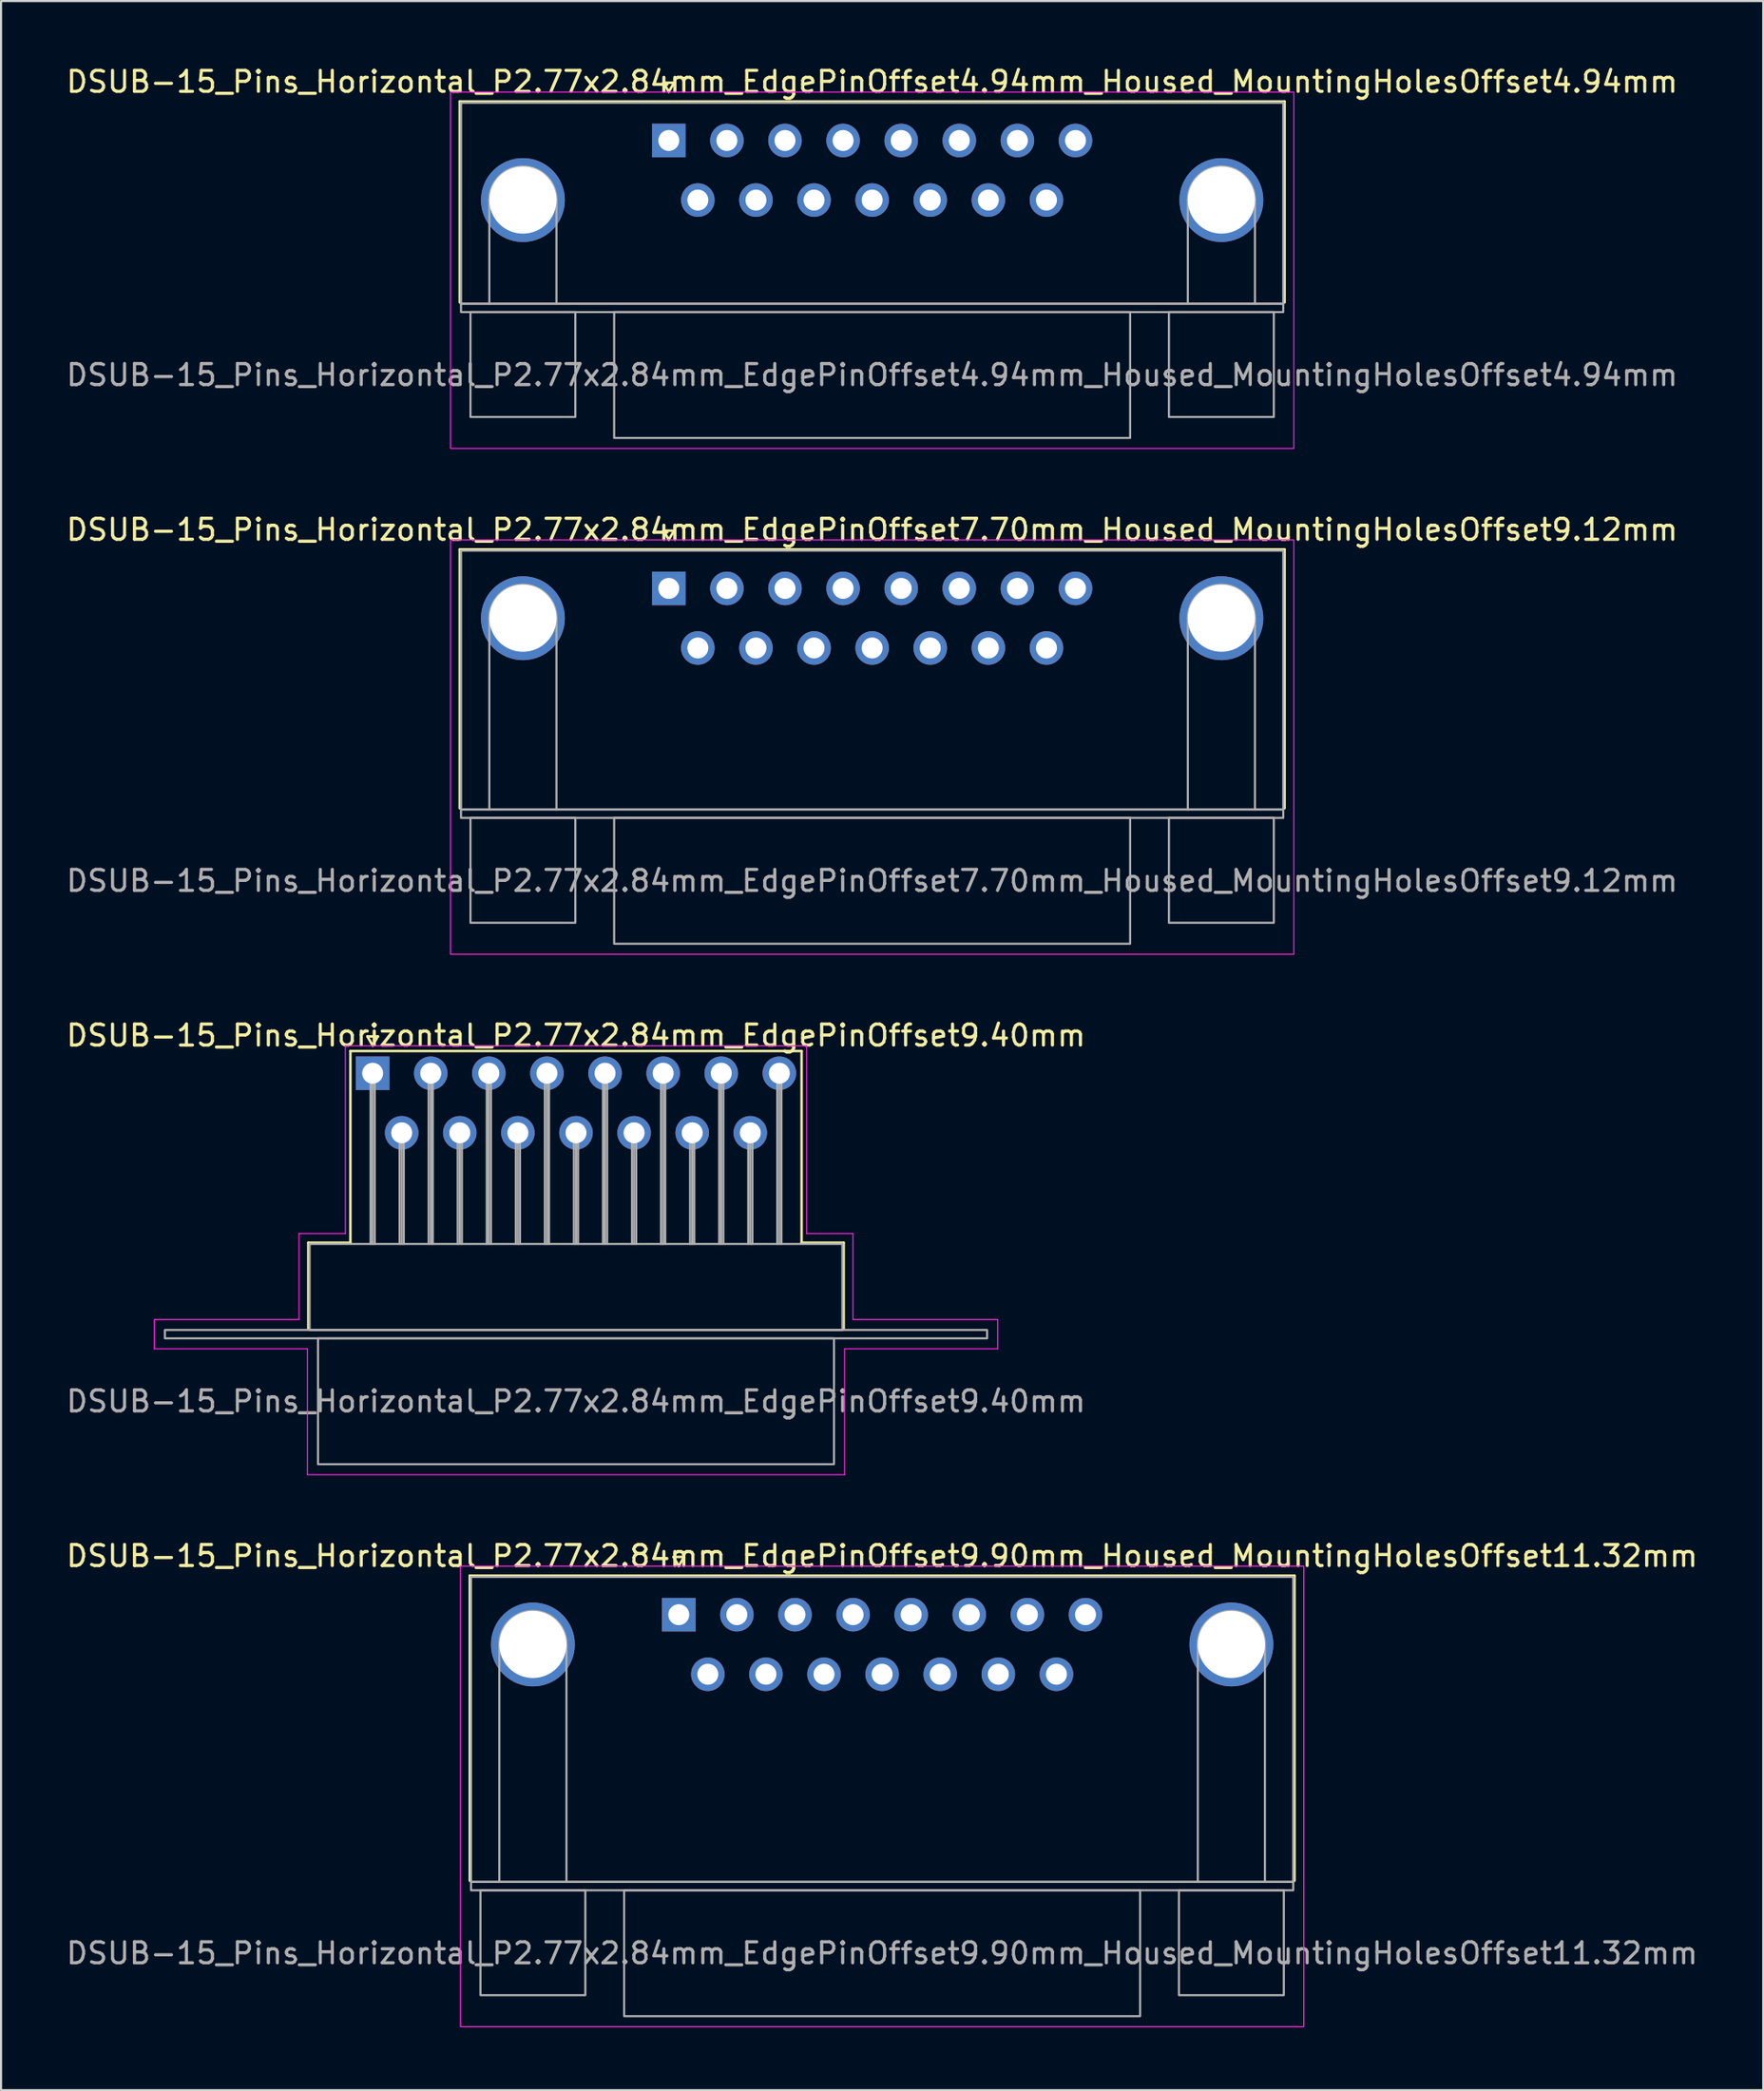
<source format=kicad_pcb>
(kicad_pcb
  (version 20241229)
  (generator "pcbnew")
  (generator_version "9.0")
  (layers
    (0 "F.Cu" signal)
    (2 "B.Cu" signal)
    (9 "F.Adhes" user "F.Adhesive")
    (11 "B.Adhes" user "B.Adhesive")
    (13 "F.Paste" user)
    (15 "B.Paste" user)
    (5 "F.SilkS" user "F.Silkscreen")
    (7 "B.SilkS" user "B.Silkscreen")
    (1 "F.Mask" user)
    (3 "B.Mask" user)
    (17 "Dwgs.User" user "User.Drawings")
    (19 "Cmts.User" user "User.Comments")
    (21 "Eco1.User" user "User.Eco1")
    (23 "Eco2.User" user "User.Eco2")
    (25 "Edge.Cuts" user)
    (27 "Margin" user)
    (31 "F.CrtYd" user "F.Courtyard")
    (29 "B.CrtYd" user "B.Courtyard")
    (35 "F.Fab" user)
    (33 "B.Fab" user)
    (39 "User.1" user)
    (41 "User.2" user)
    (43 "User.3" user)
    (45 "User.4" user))
  (footprint "DSUB-15_Pins_Horizontal_P2.77x2.84mm_EdgePinOffset9.90mm_Housed_MountingHolesOffset11.32mm"
    (layer "F.Cu")
    (at 29.311 73.928)
    (property "Reference" "DSUB-15_Pins_Horizontal_P2.77x2.84mm_EdgePinOffset9.90mm_Housed_MountingHolesOffset11.32mm" (at 9.695 -2.8 0) (layer "F.SilkS") (effects (font (size 1 1) (thickness 0.15))))
    (attr through_hole)
    (fp_line (start -9.965 -1.86) (end 29.355 -1.86) (stroke (width 0.12) (type solid)) (layer "F.SilkS"))
    (fp_line (start -9.965 12.68) (end -9.965 -1.86) (stroke (width 0.12) (type solid)) (layer "F.SilkS"))
    (fp_line (start -0.25 -2.754) (end 0.25 -2.754) (stroke (width 0.12) (type solid)) (layer "F.SilkS"))
    (fp_line (start 0 -2.321) (end -0.25 -2.754) (stroke (width 0.12) (type solid)) (layer "F.SilkS"))
    (fp_line (start 0.25 -2.754) (end 0 -2.321) (stroke (width 0.12) (type solid)) (layer "F.SilkS"))
    (fp_line (start 29.355 -1.86) (end 29.355 12.68) (stroke (width 0.12) (type solid)) (layer "F.SilkS"))
    (fp_rect (start -10.41 -2.31) (end 29.8 19.64) (stroke (width 0.05) (type solid)) (fill no) (layer "F.CrtYd"))
    (fp_line (start -8.555 12.74) (end -8.555 1.42) (stroke (width 0.1) (type solid)) (layer "F.Fab"))
    (fp_line (start -5.355 12.74) (end -5.355 1.42) (stroke (width 0.1) (type solid)) (layer "F.Fab"))
    (fp_line (start 24.745 12.74) (end 24.745 1.42) (stroke (width 0.1) (type solid)) (layer "F.Fab"))
    (fp_line (start 27.945 12.74) (end 27.945 1.42) (stroke (width 0.1) (type solid)) (layer "F.Fab"))
    (fp_rect (start -9.905 -1.8) (end 29.295 12.74) (stroke (width 0.1) (type solid)) (fill no) (layer "F.Fab"))
    (fp_rect (start -9.905 12.74) (end 29.295 13.14) (stroke (width 0.1) (type solid)) (fill no) (layer "F.Fab"))
    (fp_rect (start -9.455 13.14) (end -4.455 18.14) (stroke (width 0.1) (type solid)) (fill no) (layer "F.Fab"))
    (fp_rect (start -2.605 13.14) (end 21.995 19.14) (stroke (width 0.1) (type solid)) (fill no) (layer "F.Fab"))
    (fp_rect (start 23.845 13.14) (end 28.845 18.14) (stroke (width 0.1) (type solid)) (fill no) (layer "F.Fab"))
    (fp_arc (start -8.555 1.42) (mid -6.955 -0.18) (end -5.355 1.42) (stroke (width 0.1) (type solid)) (layer "F.Fab"))
    (fp_arc (start 24.745 1.42) (mid 26.345 -0.18) (end 27.945 1.42) (stroke (width 0.1) (type solid)) (layer "F.Fab"))
    (fp_text user "${REFERENCE}" (at 9.695 16.14 0) (layer "F.Fab") (effects (font (size 1 1) (thickness 0.15))))
    (pad "1" thru_hole rect (at 0 0) (size 1.6 1.6) (drill 1) (layers "*.Cu" "*.Mask"))
    (pad "2" thru_hole circle (at 2.77 0) (size 1.6 1.6) (drill 1) (layers "*.Cu" "*.Mask"))
    (pad "3" thru_hole circle (at 5.54 0) (size 1.6 1.6) (drill 1) (layers "*.Cu" "*.Mask"))
    (pad "4" thru_hole circle (at 8.31 0) (size 1.6 1.6) (drill 1) (layers "*.Cu" "*.Mask"))
    (pad "5" thru_hole circle (at 11.08 0) (size 1.6 1.6) (drill 1) (layers "*.Cu" "*.Mask"))
    (pad "6" thru_hole circle (at 13.85 0) (size 1.6 1.6) (drill 1) (layers "*.Cu" "*.Mask"))
    (pad "7" thru_hole circle (at 16.62 0) (size 1.6 1.6) (drill 1) (layers "*.Cu" "*.Mask"))
    (pad "8" thru_hole circle (at 19.39 0) (size 1.6 1.6) (drill 1) (layers "*.Cu" "*.Mask"))
    (pad "9" thru_hole circle (at 1.385 2.84) (size 1.6 1.6) (drill 1) (layers "*.Cu" "*.Mask"))
    (pad "10" thru_hole circle (at 4.155 2.84) (size 1.6 1.6) (drill 1) (layers "*.Cu" "*.Mask"))
    (pad "11" thru_hole circle (at 6.925 2.84) (size 1.6 1.6) (drill 1) (layers "*.Cu" "*.Mask"))
    (pad "12" thru_hole circle (at 9.695 2.84) (size 1.6 1.6) (drill 1) (layers "*.Cu" "*.Mask"))
    (pad "13" thru_hole circle (at 12.465 2.84) (size 1.6 1.6) (drill 1) (layers "*.Cu" "*.Mask"))
    (pad "14" thru_hole circle (at 15.235 2.84) (size 1.6 1.6) (drill 1) (layers "*.Cu" "*.Mask"))
    (pad "15" thru_hole circle (at 18.005 2.84) (size 1.6 1.6) (drill 1) (layers "*.Cu" "*.Mask"))
    (pad "SH" thru_hole circle (at -6.955 1.42) (size 4 4) (drill 3.2) (layers "*.Cu" "*.Mask"))
    (pad "SH" thru_hole circle (at 26.345 1.42) (size 4 4) (drill 3.2) (layers "*.Cu" "*.Mask")))
  (footprint "DSUB-15_Pins_Horizontal_P2.77x2.84mm_EdgePinOffset4.94mm_Housed_MountingHolesOffset4.94mm"
    (layer "F.Cu")
    (at 28.835 3.648)
    (property "Reference" "DSUB-15_Pins_Horizontal_P2.77x2.84mm_EdgePinOffset4.94mm_Housed_MountingHolesOffset4.94mm" (at 9.695 -2.8 0) (layer "F.SilkS") (effects (font (size 1 1) (thickness 0.15))))
    (attr through_hole)
    (fp_line (start -9.965 -1.86) (end 29.355 -1.86) (stroke (width 0.12) (type solid)) (layer "F.SilkS"))
    (fp_line (start -9.965 7.72) (end -9.965 -1.86) (stroke (width 0.12) (type solid)) (layer "F.SilkS"))
    (fp_line (start -0.25 -2.754) (end 0.25 -2.754) (stroke (width 0.12) (type solid)) (layer "F.SilkS"))
    (fp_line (start 0 -2.321) (end -0.25 -2.754) (stroke (width 0.12) (type solid)) (layer "F.SilkS"))
    (fp_line (start 0.25 -2.754) (end 0 -2.321) (stroke (width 0.12) (type solid)) (layer "F.SilkS"))
    (fp_line (start 29.355 -1.86) (end 29.355 7.72) (stroke (width 0.12) (type solid)) (layer "F.SilkS"))
    (fp_rect (start -10.41 -2.31) (end 29.8 14.68) (stroke (width 0.05) (type solid)) (fill no) (layer "F.CrtYd"))
    (fp_line (start -8.555 7.78) (end -8.555 2.84) (stroke (width 0.1) (type solid)) (layer "F.Fab"))
    (fp_line (start -5.355 7.78) (end -5.355 2.84) (stroke (width 0.1) (type solid)) (layer "F.Fab"))
    (fp_line (start 24.745 7.78) (end 24.745 2.84) (stroke (width 0.1) (type solid)) (layer "F.Fab"))
    (fp_line (start 27.945 7.78) (end 27.945 2.84) (stroke (width 0.1) (type solid)) (layer "F.Fab"))
    (fp_rect (start -9.905 -1.8) (end 29.295 7.78) (stroke (width 0.1) (type solid)) (fill no) (layer "F.Fab"))
    (fp_rect (start -9.905 7.78) (end 29.295 8.18) (stroke (width 0.1) (type solid)) (fill no) (layer "F.Fab"))
    (fp_rect (start -9.455 8.18) (end -4.455 13.18) (stroke (width 0.1) (type solid)) (fill no) (layer "F.Fab"))
    (fp_rect (start -2.605 8.18) (end 21.995 14.18) (stroke (width 0.1) (type solid)) (fill no) (layer "F.Fab"))
    (fp_rect (start 23.845 8.18) (end 28.845 13.18) (stroke (width 0.1) (type solid)) (fill no) (layer "F.Fab"))
    (fp_arc (start -8.555 2.84) (mid -6.955 1.24) (end -5.355 2.84) (stroke (width 0.1) (type solid)) (layer "F.Fab"))
    (fp_arc (start 24.745 2.84) (mid 26.345 1.24) (end 27.945 2.84) (stroke (width 0.1) (type solid)) (layer "F.Fab"))
    (fp_text user "${REFERENCE}" (at 9.695 11.18 0) (layer "F.Fab") (effects (font (size 1 1) (thickness 0.15))))
    (pad "1" thru_hole rect (at 0 0) (size 1.6 1.6) (drill 1) (layers "*.Cu" "*.Mask"))
    (pad "2" thru_hole circle (at 2.77 0) (size 1.6 1.6) (drill 1) (layers "*.Cu" "*.Mask"))
    (pad "3" thru_hole circle (at 5.54 0) (size 1.6 1.6) (drill 1) (layers "*.Cu" "*.Mask"))
    (pad "4" thru_hole circle (at 8.31 0) (size 1.6 1.6) (drill 1) (layers "*.Cu" "*.Mask"))
    (pad "5" thru_hole circle (at 11.08 0) (size 1.6 1.6) (drill 1) (layers "*.Cu" "*.Mask"))
    (pad "6" thru_hole circle (at 13.85 0) (size 1.6 1.6) (drill 1) (layers "*.Cu" "*.Mask"))
    (pad "7" thru_hole circle (at 16.62 0) (size 1.6 1.6) (drill 1) (layers "*.Cu" "*.Mask"))
    (pad "8" thru_hole circle (at 19.39 0) (size 1.6 1.6) (drill 1) (layers "*.Cu" "*.Mask"))
    (pad "9" thru_hole circle (at 1.385 2.84) (size 1.6 1.6) (drill 1) (layers "*.Cu" "*.Mask"))
    (pad "10" thru_hole circle (at 4.155 2.84) (size 1.6 1.6) (drill 1) (layers "*.Cu" "*.Mask"))
    (pad "11" thru_hole circle (at 6.925 2.84) (size 1.6 1.6) (drill 1) (layers "*.Cu" "*.Mask"))
    (pad "12" thru_hole circle (at 9.695 2.84) (size 1.6 1.6) (drill 1) (layers "*.Cu" "*.Mask"))
    (pad "13" thru_hole circle (at 12.465 2.84) (size 1.6 1.6) (drill 1) (layers "*.Cu" "*.Mask"))
    (pad "14" thru_hole circle (at 15.235 2.84) (size 1.6 1.6) (drill 1) (layers "*.Cu" "*.Mask"))
    (pad "15" thru_hole circle (at 18.005 2.84) (size 1.6 1.6) (drill 1) (layers "*.Cu" "*.Mask"))
    (pad "SH" thru_hole circle (at -6.955 2.84) (size 4 4) (drill 3.2) (layers "*.Cu" "*.Mask"))
    (pad "SH" thru_hole circle (at 26.345 2.84) (size 4 4) (drill 3.2) (layers "*.Cu" "*.Mask")))
  (footprint "DSUB-15_Pins_Horizontal_P2.77x2.84mm_EdgePinOffset7.70mm_Housed_MountingHolesOffset9.12mm"
    (layer "F.Cu")
    (at 28.835 25.002)
    (property "Reference" "DSUB-15_Pins_Horizontal_P2.77x2.84mm_EdgePinOffset7.70mm_Housed_MountingHolesOffset9.12mm" (at 9.695 -2.8 0) (layer "F.SilkS") (effects (font (size 1 1) (thickness 0.15))))
    (attr through_hole)
    (fp_line (start -9.965 -1.86) (end 29.355 -1.86) (stroke (width 0.12) (type solid)) (layer "F.SilkS"))
    (fp_line (start -9.965 10.48) (end -9.965 -1.86) (stroke (width 0.12) (type solid)) (layer "F.SilkS"))
    (fp_line (start -0.25 -2.754) (end 0.25 -2.754) (stroke (width 0.12) (type solid)) (layer "F.SilkS"))
    (fp_line (start 0 -2.321) (end -0.25 -2.754) (stroke (width 0.12) (type solid)) (layer "F.SilkS"))
    (fp_line (start 0.25 -2.754) (end 0 -2.321) (stroke (width 0.12) (type solid)) (layer "F.SilkS"))
    (fp_line (start 29.355 -1.86) (end 29.355 10.48) (stroke (width 0.12) (type solid)) (layer "F.SilkS"))
    (fp_rect (start -10.41 -2.31) (end 29.8 17.44) (stroke (width 0.05) (type solid)) (fill no) (layer "F.CrtYd"))
    (fp_line (start -8.555 10.54) (end -8.555 1.42) (stroke (width 0.1) (type solid)) (layer "F.Fab"))
    (fp_line (start -5.355 10.54) (end -5.355 1.42) (stroke (width 0.1) (type solid)) (layer "F.Fab"))
    (fp_line (start 24.745 10.54) (end 24.745 1.42) (stroke (width 0.1) (type solid)) (layer "F.Fab"))
    (fp_line (start 27.945 10.54) (end 27.945 1.42) (stroke (width 0.1) (type solid)) (layer "F.Fab"))
    (fp_rect (start -9.905 -1.8) (end 29.295 10.54) (stroke (width 0.1) (type solid)) (fill no) (layer "F.Fab"))
    (fp_rect (start -9.905 10.54) (end 29.295 10.94) (stroke (width 0.1) (type solid)) (fill no) (layer "F.Fab"))
    (fp_rect (start -9.455 10.94) (end -4.455 15.94) (stroke (width 0.1) (type solid)) (fill no) (layer "F.Fab"))
    (fp_rect (start -2.605 10.94) (end 21.995 16.94) (stroke (width 0.1) (type solid)) (fill no) (layer "F.Fab"))
    (fp_rect (start 23.845 10.94) (end 28.845 15.94) (stroke (width 0.1) (type solid)) (fill no) (layer "F.Fab"))
    (fp_arc (start -8.555 1.42) (mid -6.955 -0.18) (end -5.355 1.42) (stroke (width 0.1) (type solid)) (layer "F.Fab"))
    (fp_arc (start 24.745 1.42) (mid 26.345 -0.18) (end 27.945 1.42) (stroke (width 0.1) (type solid)) (layer "F.Fab"))
    (fp_text user "${REFERENCE}" (at 9.695 13.94 0) (layer "F.Fab") (effects (font (size 1 1) (thickness 0.15))))
    (pad "1" thru_hole rect (at 0 0) (size 1.6 1.6) (drill 1) (layers "*.Cu" "*.Mask"))
    (pad "2" thru_hole circle (at 2.77 0) (size 1.6 1.6) (drill 1) (layers "*.Cu" "*.Mask"))
    (pad "3" thru_hole circle (at 5.54 0) (size 1.6 1.6) (drill 1) (layers "*.Cu" "*.Mask"))
    (pad "4" thru_hole circle (at 8.31 0) (size 1.6 1.6) (drill 1) (layers "*.Cu" "*.Mask"))
    (pad "5" thru_hole circle (at 11.08 0) (size 1.6 1.6) (drill 1) (layers "*.Cu" "*.Mask"))
    (pad "6" thru_hole circle (at 13.85 0) (size 1.6 1.6) (drill 1) (layers "*.Cu" "*.Mask"))
    (pad "7" thru_hole circle (at 16.62 0) (size 1.6 1.6) (drill 1) (layers "*.Cu" "*.Mask"))
    (pad "8" thru_hole circle (at 19.39 0) (size 1.6 1.6) (drill 1) (layers "*.Cu" "*.Mask"))
    (pad "9" thru_hole circle (at 1.385 2.84) (size 1.6 1.6) (drill 1) (layers "*.Cu" "*.Mask"))
    (pad "10" thru_hole circle (at 4.155 2.84) (size 1.6 1.6) (drill 1) (layers "*.Cu" "*.Mask"))
    (pad "11" thru_hole circle (at 6.925 2.84) (size 1.6 1.6) (drill 1) (layers "*.Cu" "*.Mask"))
    (pad "12" thru_hole circle (at 9.695 2.84) (size 1.6 1.6) (drill 1) (layers "*.Cu" "*.Mask"))
    (pad "13" thru_hole circle (at 12.465 2.84) (size 1.6 1.6) (drill 1) (layers "*.Cu" "*.Mask"))
    (pad "14" thru_hole circle (at 15.235 2.84) (size 1.6 1.6) (drill 1) (layers "*.Cu" "*.Mask"))
    (pad "15" thru_hole circle (at 18.005 2.84) (size 1.6 1.6) (drill 1) (layers "*.Cu" "*.Mask"))
    (pad "SH" thru_hole circle (at -6.955 1.42) (size 4 4) (drill 3.2) (layers "*.Cu" "*.Mask"))
    (pad "SH" thru_hole circle (at 26.345 1.42) (size 4 4) (drill 3.2) (layers "*.Cu" "*.Mask")))
  (footprint "DSUB-15_Pins_Horizontal_P2.77x2.84mm_EdgePinOffset9.40mm"
    (layer "F.Cu")
    (at 14.716 48.115)
    (property "Reference" "DSUB-15_Pins_Horizontal_P2.77x2.84mm_EdgePinOffset9.40mm" (at 9.695 -1.8 0) (layer "F.SilkS") (effects (font (size 1 1) (thickness 0.15))))
    (attr through_hole)
    (fp_line (start -3.065 8.08) (end -1.06 8.08) (stroke (width 0.12) (type solid)) (layer "F.SilkS"))
    (fp_line (start -3.065 12.18) (end -3.065 8.08) (stroke (width 0.12) (type solid)) (layer "F.SilkS"))
    (fp_line (start -1.06 -1.06) (end 20.45 -1.06) (stroke (width 0.12) (type solid)) (layer "F.SilkS"))
    (fp_line (start -1.06 8.08) (end -1.06 -1.06) (stroke (width 0.12) (type solid)) (layer "F.SilkS"))
    (fp_line (start -0.25 -1.754) (end 0.25 -1.754) (stroke (width 0.12) (type solid)) (layer "F.SilkS"))
    (fp_line (start 0 -1.321) (end -0.25 -1.754) (stroke (width 0.12) (type solid)) (layer "F.SilkS"))
    (fp_line (start 0.25 -1.754) (end 0 -1.321) (stroke (width 0.12) (type solid)) (layer "F.SilkS"))
    (fp_line (start 20.45 -1.06) (end 20.45 8.08) (stroke (width 0.12) (type solid)) (layer "F.SilkS"))
    (fp_line (start 20.45 8.08) (end 22.455 8.08) (stroke (width 0.12) (type solid)) (layer "F.SilkS"))
    (fp_line (start 22.455 8.08) (end 22.455 12.18) (stroke (width 0.12) (type solid)) (layer "F.SilkS"))
    (fp_line (start -10.41 11.74) (end -3.51 11.74) (stroke (width 0.05) (type solid)) (layer "F.CrtYd"))
    (fp_line (start -10.41 13.14) (end -10.41 11.74) (stroke (width 0.05) (type solid)) (layer "F.CrtYd"))
    (fp_line (start -3.51 7.64) (end -1.3 7.64) (stroke (width 0.05) (type solid)) (layer "F.CrtYd"))
    (fp_line (start -3.51 11.74) (end -3.51 7.64) (stroke (width 0.05) (type solid)) (layer "F.CrtYd"))
    (fp_line (start -3.11 13.14) (end -10.41 13.14) (stroke (width 0.05) (type solid)) (layer "F.CrtYd"))
    (fp_line (start -3.11 19.14) (end -3.11 13.14) (stroke (width 0.05) (type solid)) (layer "F.CrtYd"))
    (fp_line (start -1.3 -1.31) (end 20.69 -1.31) (stroke (width 0.05) (type solid)) (layer "F.CrtYd"))
    (fp_line (start -1.3 7.64) (end -1.3 -1.31) (stroke (width 0.05) (type solid)) (layer "F.CrtYd"))
    (fp_line (start 20.69 -1.31) (end 20.69 7.64) (stroke (width 0.05) (type solid)) (layer "F.CrtYd"))
    (fp_line (start 20.69 7.64) (end 22.9 7.64) (stroke (width 0.05) (type solid)) (layer "F.CrtYd"))
    (fp_line (start 22.5 13.14) (end 22.5 19.14) (stroke (width 0.05) (type solid)) (layer "F.CrtYd"))
    (fp_line (start 22.5 19.14) (end -3.11 19.14) (stroke (width 0.05) (type solid)) (layer "F.CrtYd"))
    (fp_line (start 22.9 7.64) (end 22.9 11.74) (stroke (width 0.05) (type solid)) (layer "F.CrtYd"))
    (fp_line (start 22.9 11.74) (end 29.8 11.74) (stroke (width 0.05) (type solid)) (layer "F.CrtYd"))
    (fp_line (start 29.8 11.74) (end 29.8 13.14) (stroke (width 0.05) (type solid)) (layer "F.CrtYd"))
    (fp_line (start 29.8 13.14) (end 22.5 13.14) (stroke (width 0.05) (type solid)) (layer "F.CrtYd"))
    (fp_line (start -0.1 0) (end -0.1 8.14) (stroke (width 0.1) (type solid)) (layer "F.Fab"))
    (fp_line (start 0 0) (end 0 8.14) (stroke (width 0.1) (type solid)) (layer "F.Fab"))
    (fp_line (start 0.1 0) (end 0.1 8.14) (stroke (width 0.1) (type solid)) (layer "F.Fab"))
    (fp_line (start 1.285 2.84) (end 1.285 8.14) (stroke (width 0.1) (type solid)) (layer "F.Fab"))
    (fp_line (start 1.385 2.84) (end 1.385 8.14) (stroke (width 0.1) (type solid)) (layer "F.Fab"))
    (fp_line (start 1.485 2.84) (end 1.485 8.14) (stroke (width 0.1) (type solid)) (layer "F.Fab"))
    (fp_line (start 2.67 0) (end 2.67 8.14) (stroke (width 0.1) (type solid)) (layer "F.Fab"))
    (fp_line (start 2.77 0) (end 2.77 8.14) (stroke (width 0.1) (type solid)) (layer "F.Fab"))
    (fp_line (start 2.87 0) (end 2.87 8.14) (stroke (width 0.1) (type solid)) (layer "F.Fab"))
    (fp_line (start 4.055 2.84) (end 4.055 8.14) (stroke (width 0.1) (type solid)) (layer "F.Fab"))
    (fp_line (start 4.155 2.84) (end 4.155 8.14) (stroke (width 0.1) (type solid)) (layer "F.Fab"))
    (fp_line (start 4.255 2.84) (end 4.255 8.14) (stroke (width 0.1) (type solid)) (layer "F.Fab"))
    (fp_line (start 5.44 0) (end 5.44 8.14) (stroke (width 0.1) (type solid)) (layer "F.Fab"))
    (fp_line (start 5.54 0) (end 5.54 8.14) (stroke (width 0.1) (type solid)) (layer "F.Fab"))
    (fp_line (start 5.64 0) (end 5.64 8.14) (stroke (width 0.1) (type solid)) (layer "F.Fab"))
    (fp_line (start 6.825 2.84) (end 6.825 8.14) (stroke (width 0.1) (type solid)) (layer "F.Fab"))
    (fp_line (start 6.925 2.84) (end 6.925 8.14) (stroke (width 0.1) (type solid)) (layer "F.Fab"))
    (fp_line (start 7.025 2.84) (end 7.025 8.14) (stroke (width 0.1) (type solid)) (layer "F.Fab"))
    (fp_line (start 8.21 0) (end 8.21 8.14) (stroke (width 0.1) (type solid)) (layer "F.Fab"))
    (fp_line (start 8.31 0) (end 8.31 8.14) (stroke (width 0.1) (type solid)) (layer "F.Fab"))
    (fp_line (start 8.41 0) (end 8.41 8.14) (stroke (width 0.1) (type solid)) (layer "F.Fab"))
    (fp_line (start 9.595 2.84) (end 9.595 8.14) (stroke (width 0.1) (type solid)) (layer "F.Fab"))
    (fp_line (start 9.695 2.84) (end 9.695 8.14) (stroke (width 0.1) (type solid)) (layer "F.Fab"))
    (fp_line (start 9.795 2.84) (end 9.795 8.14) (stroke (width 0.1) (type solid)) (layer "F.Fab"))
    (fp_line (start 10.98 0) (end 10.98 8.14) (stroke (width 0.1) (type solid)) (layer "F.Fab"))
    (fp_line (start 11.08 0) (end 11.08 8.14) (stroke (width 0.1) (type solid)) (layer "F.Fab"))
    (fp_line (start 11.18 0) (end 11.18 8.14) (stroke (width 0.1) (type solid)) (layer "F.Fab"))
    (fp_line (start 12.365 2.84) (end 12.365 8.14) (stroke (width 0.1) (type solid)) (layer "F.Fab"))
    (fp_line (start 12.465 2.84) (end 12.465 8.14) (stroke (width 0.1) (type solid)) (layer "F.Fab"))
    (fp_line (start 12.565 2.84) (end 12.565 8.14) (stroke (width 0.1) (type solid)) (layer "F.Fab"))
    (fp_line (start 13.75 0) (end 13.75 8.14) (stroke (width 0.1) (type solid)) (layer "F.Fab"))
    (fp_line (start 13.85 0) (end 13.85 8.14) (stroke (width 0.1) (type solid)) (layer "F.Fab"))
    (fp_line (start 13.95 0) (end 13.95 8.14) (stroke (width 0.1) (type solid)) (layer "F.Fab"))
    (fp_line (start 15.135 2.84) (end 15.135 8.14) (stroke (width 0.1) (type solid)) (layer "F.Fab"))
    (fp_line (start 15.235 2.84) (end 15.235 8.14) (stroke (width 0.1) (type solid)) (layer "F.Fab"))
    (fp_line (start 15.335 2.84) (end 15.335 8.14) (stroke (width 0.1) (type solid)) (layer "F.Fab"))
    (fp_line (start 16.52 0) (end 16.52 8.14) (stroke (width 0.1) (type solid)) (layer "F.Fab"))
    (fp_line (start 16.62 0) (end 16.62 8.14) (stroke (width 0.1) (type solid)) (layer "F.Fab"))
    (fp_line (start 16.72 0) (end 16.72 8.14) (stroke (width 0.1) (type solid)) (layer "F.Fab"))
    (fp_line (start 17.905 2.84) (end 17.905 8.14) (stroke (width 0.1) (type solid)) (layer "F.Fab"))
    (fp_line (start 18.005 2.84) (end 18.005 8.14) (stroke (width 0.1) (type solid)) (layer "F.Fab"))
    (fp_line (start 18.105 2.84) (end 18.105 8.14) (stroke (width 0.1) (type solid)) (layer "F.Fab"))
    (fp_line (start 19.29 0) (end 19.29 8.14) (stroke (width 0.1) (type solid)) (layer "F.Fab"))
    (fp_line (start 19.39 0) (end 19.39 8.14) (stroke (width 0.1) (type solid)) (layer "F.Fab"))
    (fp_line (start 19.49 0) (end 19.49 8.14) (stroke (width 0.1) (type solid)) (layer "F.Fab"))
    (fp_rect (start -9.905 12.24) (end 29.295 12.64) (stroke (width 0.1) (type solid)) (fill no) (layer "F.Fab"))
    (fp_rect (start -3.005 8.14) (end 22.395 12.24) (stroke (width 0.1) (type solid)) (fill no) (layer "F.Fab"))
    (fp_rect (start -2.605 12.64) (end 21.995 18.64) (stroke (width 0.1) (type solid)) (fill no) (layer "F.Fab"))
    (fp_text user "${REFERENCE}" (at 9.695 15.64 0) (layer "F.Fab") (effects (font (size 1 1) (thickness 0.15))))
    (pad "1" thru_hole rect (at 0 0) (size 1.6 1.6) (drill 1) (layers "*.Cu" "*.Mask"))
    (pad "2" thru_hole circle (at 2.77 0) (size 1.6 1.6) (drill 1) (layers "*.Cu" "*.Mask"))
    (pad "3" thru_hole circle (at 5.54 0) (size 1.6 1.6) (drill 1) (layers "*.Cu" "*.Mask"))
    (pad "4" thru_hole circle (at 8.31 0) (size 1.6 1.6) (drill 1) (layers "*.Cu" "*.Mask"))
    (pad "5" thru_hole circle (at 11.08 0) (size 1.6 1.6) (drill 1) (layers "*.Cu" "*.Mask"))
    (pad "6" thru_hole circle (at 13.85 0) (size 1.6 1.6) (drill 1) (layers "*.Cu" "*.Mask"))
    (pad "7" thru_hole circle (at 16.62 0) (size 1.6 1.6) (drill 1) (layers "*.Cu" "*.Mask"))
    (pad "8" thru_hole circle (at 19.39 0) (size 1.6 1.6) (drill 1) (layers "*.Cu" "*.Mask"))
    (pad "9" thru_hole circle (at 1.385 2.84) (size 1.6 1.6) (drill 1) (layers "*.Cu" "*.Mask"))
    (pad "10" thru_hole circle (at 4.155 2.84) (size 1.6 1.6) (drill 1) (layers "*.Cu" "*.Mask"))
    (pad "11" thru_hole circle (at 6.925 2.84) (size 1.6 1.6) (drill 1) (layers "*.Cu" "*.Mask"))
    (pad "12" thru_hole circle (at 9.695 2.84) (size 1.6 1.6) (drill 1) (layers "*.Cu" "*.Mask"))
    (pad "13" thru_hole circle (at 12.465 2.84) (size 1.6 1.6) (drill 1) (layers "*.Cu" "*.Mask"))
    (pad "14" thru_hole circle (at 15.235 2.84) (size 1.6 1.6) (drill 1) (layers "*.Cu" "*.Mask"))
    (pad "15" thru_hole circle (at 18.005 2.84) (size 1.6 1.6) (drill 1) (layers "*.Cu" "*.Mask")))
  (gr_rect
    (start -3 -3)
    (end 81.012 96.593)
    (stroke (width 0.1) (type default))
    (fill no)
    (layer "Edge.Cuts")))
</source>
